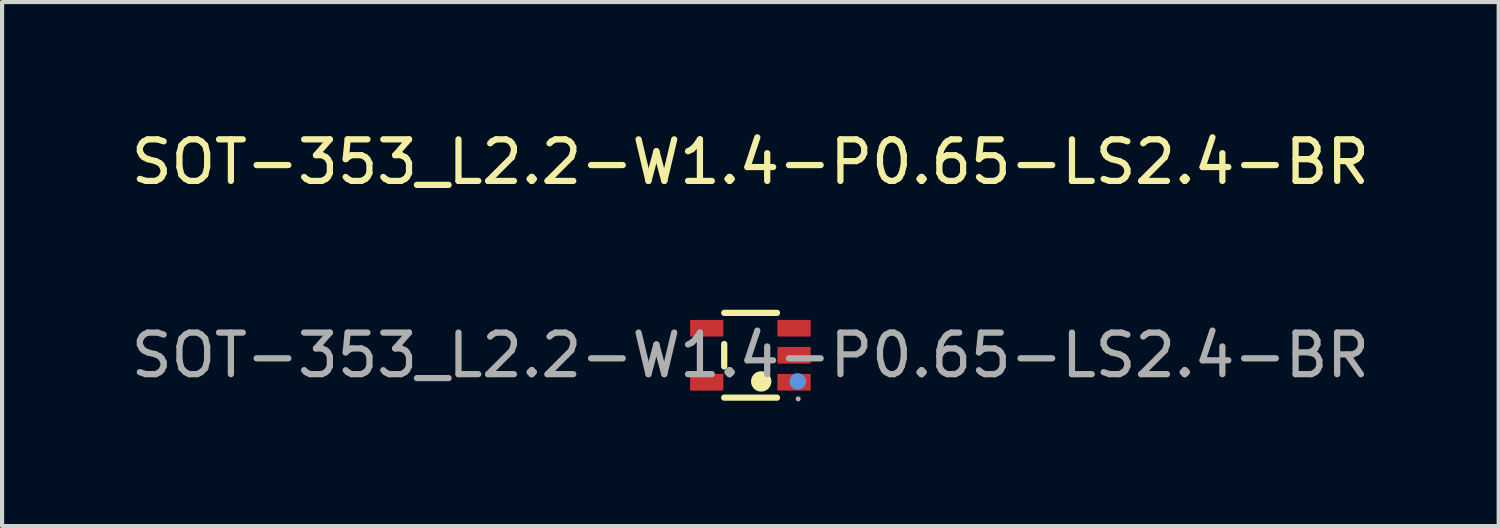
<source format=kicad_pcb>
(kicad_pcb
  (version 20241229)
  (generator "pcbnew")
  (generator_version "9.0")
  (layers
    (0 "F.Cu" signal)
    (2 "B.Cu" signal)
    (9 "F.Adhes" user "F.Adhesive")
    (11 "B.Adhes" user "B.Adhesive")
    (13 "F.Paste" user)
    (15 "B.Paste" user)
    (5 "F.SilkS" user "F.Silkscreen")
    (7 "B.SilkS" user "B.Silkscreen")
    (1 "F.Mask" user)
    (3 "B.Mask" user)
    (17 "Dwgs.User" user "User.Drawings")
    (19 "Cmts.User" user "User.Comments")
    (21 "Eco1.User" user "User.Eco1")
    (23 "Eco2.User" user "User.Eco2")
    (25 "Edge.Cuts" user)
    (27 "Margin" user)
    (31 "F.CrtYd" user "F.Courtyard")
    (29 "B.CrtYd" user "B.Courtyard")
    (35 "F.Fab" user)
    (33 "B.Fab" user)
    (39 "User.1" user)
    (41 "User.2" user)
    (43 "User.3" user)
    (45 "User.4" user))
  (footprint "SOT-353_L2.2-W1.4-P0.65-LS2.4-BR"
    (layer "F.Cu")
    (at 15.006 5.498)
    (property "Reference" "SOT-353_L2.2-W1.4-P0.65-LS2.4-BR" (at 0 -4.65 0) (layer "F.SilkS") (effects (font (size 1 1) (thickness 0.15))))
    (attr smd)
    (fp_line (start -0.63 -1.02) (end 0.64 -1.02) (stroke (width 0.15) (type solid)) (layer "F.SilkS"))
    (fp_line (start -0.63 0.27) (end -0.63 -0.27) (stroke (width 0.15) (type solid)) (layer "F.SilkS"))
    (fp_line (start 0.64 1.02) (end -0.63 1.02) (stroke (width 0.15) (type solid)) (layer "F.SilkS"))
    (fp_arc (start 0.38 0.64) (mid 0.139687 0.625013) (end 0.380416 0.629966) (stroke (width 0.25) (type solid)) (layer "F.SilkS"))
    (fp_circle (center 1.14 0.63) (end 1.24 0.63) (stroke (width 0.2) (type solid)) (fill no) (layer "Cmts.User"))
    (fp_circle (center 1.15 1.05) (end 1.18 1.05) (stroke (width 0.06) (type solid)) (fill no) (layer "F.Fab"))
    (fp_text user "${REFERENCE}" (at 0 0 0) (layer "F.Fab") (effects (font (size 1 1) (thickness 0.15))))
    (pad "1" smd rect (at 1.05 0.65 270) (size 0.4 0.8) (layers "F.Cu" "F.Mask" "F.Paste"))
    (pad "2" smd rect (at 1.05 0 270) (size 0.4 0.8) (layers "F.Cu" "F.Mask" "F.Paste"))
    (pad "3" smd rect (at 1.05 -0.65 270) (size 0.4 0.8) (layers "F.Cu" "F.Mask" "F.Paste"))
    (pad "4" smd rect (at -1.05 -0.65 270) (size 0.4 0.8) (layers "F.Cu" "F.Mask" "F.Paste"))
    (pad "5" smd rect (at -1.05 0.65 270) (size 0.4 0.8) (layers "F.Cu" "F.Mask" "F.Paste")))
  (gr_rect
    (start -3 -3)
    (end 33.012 9.608)
    (stroke (width 0.1) (type default))
    (fill no)
    (layer "Edge.Cuts")))
</source>
